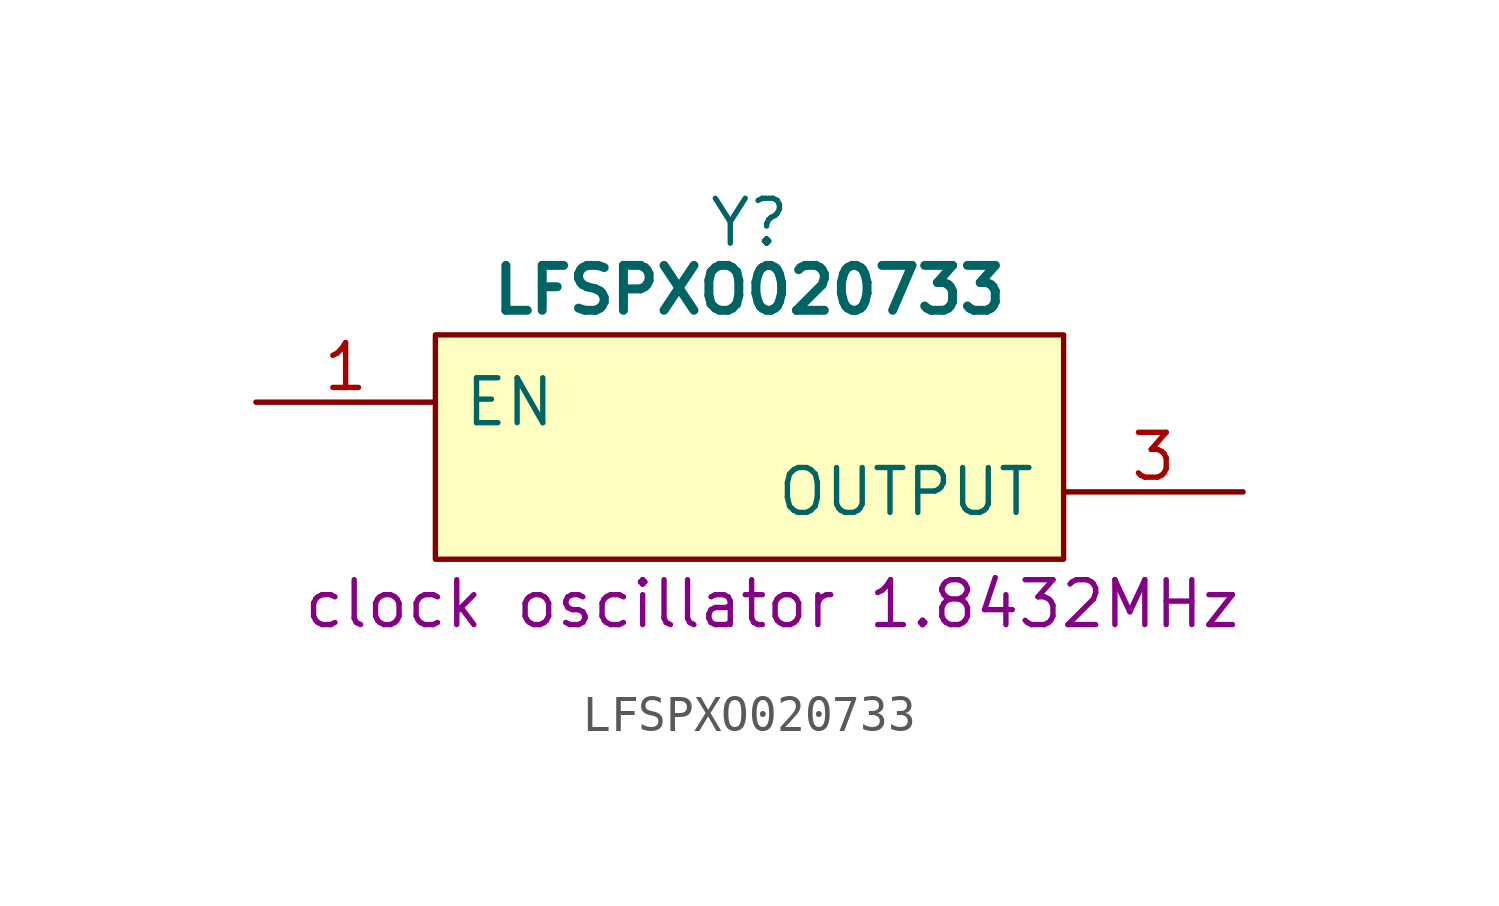
<source format=kicad_sym>
(kicad_symbol_lib
  (version 20220914)
  (generator kicad_symbol_editor)
  (symbol "LFSPXO020733"
    (pin_names
      (offset 0.762))
    (property "Reference" "Y"
      (at 13.97 5.08 0)
      (effects (font (size 1.27 1.27))))
    (property "Value" "LFSPXO020733"
      (at 13.97 3.175 0)
      (effects (font (size 1.27 1.27) bold)))
    (property "Description" "clock oscillator 1.8432MHz"
      (at 14.605 -5.715 0)
      (effects (font (size 1.27 1.27))))
    (symbol "LFSPXO020733_0_0"
      (pin input line (at 0 0 0) (length 5.08) (name "EN" (effects (font (size 1.27 1.27)))) (number "1" (effects (font (size 1.27 1.27)))))
      (pin passive line (at 0 -2.54 0) (length 5.08) hide (name "GND" (effects (font (size 1.27 1.27)))) (number "2" (effects (font (size 1.27 1.27)))))
      (pin output line (at 27.94 -2.54 180) (length 5.08) (name "OUTPUT" (effects (font (size 1.27 1.27)))) (number "3" (effects (font (size 1.27 1.27)))))
      (pin passive line (at 27.94 0 180) (length 5.08) hide (name "3V" (effects (font (size 1.27 1.27)))) (number "4" (effects (font (size 1.27 1.27))))))
    (symbol "LFSPXO020733_0_1"
      (polyline (pts (xy 5.08 1.905) (xy 22.86 1.905) (xy 22.86 -4.445) (xy 5.08 -4.445) (xy 5.08 1.905)) (stroke (width 0.152) (type default)) (fill (type background))))))
</source>
